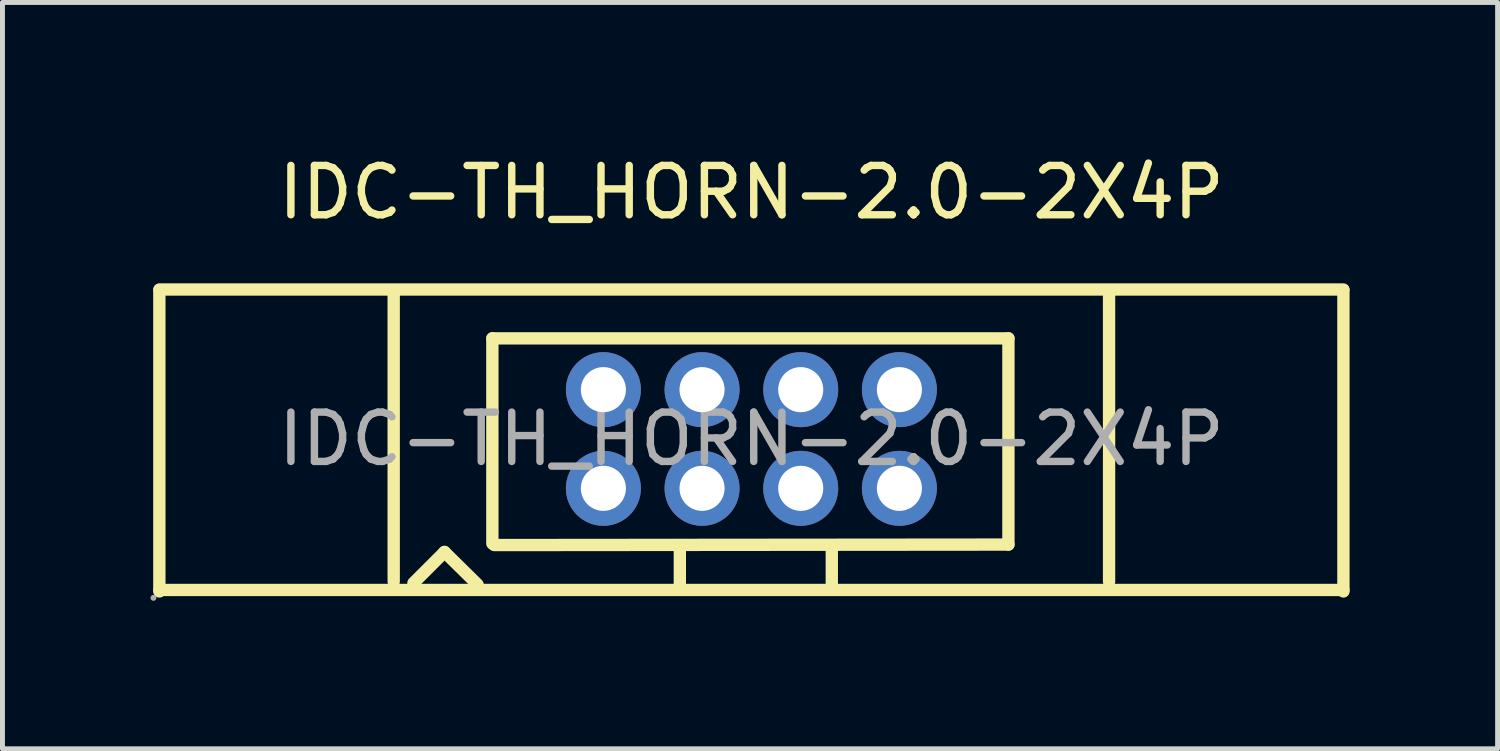
<source format=kicad_pcb>
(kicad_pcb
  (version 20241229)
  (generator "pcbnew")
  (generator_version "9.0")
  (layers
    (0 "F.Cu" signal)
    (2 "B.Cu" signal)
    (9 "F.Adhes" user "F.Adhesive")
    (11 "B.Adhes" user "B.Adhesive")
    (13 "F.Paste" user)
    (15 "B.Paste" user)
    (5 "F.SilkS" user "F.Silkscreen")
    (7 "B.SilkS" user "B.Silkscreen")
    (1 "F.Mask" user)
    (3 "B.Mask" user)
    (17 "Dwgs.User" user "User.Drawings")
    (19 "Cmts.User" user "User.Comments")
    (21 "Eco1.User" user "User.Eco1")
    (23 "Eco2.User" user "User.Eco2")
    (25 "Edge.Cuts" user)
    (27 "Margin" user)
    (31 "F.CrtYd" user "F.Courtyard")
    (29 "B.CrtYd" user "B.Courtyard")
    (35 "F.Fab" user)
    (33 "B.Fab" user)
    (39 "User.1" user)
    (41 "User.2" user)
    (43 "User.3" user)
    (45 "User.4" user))
  (footprint "IDC-TH_HORN-2.0-2X4P"
    (layer "F.Cu")
    (at 12.18 5.848)
    (property "Reference" "IDC-TH_HORN-2.0-2X4P" (at 0 -5 0) (layer "F.SilkS") (effects (font (size 1 1) (thickness 0.15))))
    (attr through_hole)
    (fp_line (start -12 -3.03) (end 12 -3.03) (stroke (width 0.25) (type solid)) (layer "F.SilkS"))
    (fp_line (start -12 -3.01) (end -12 3.09) (stroke (width 0.25) (type solid)) (layer "F.SilkS"))
    (fp_line (start -12 3.06) (end 12 3.06) (stroke (width 0.25) (type solid)) (layer "F.SilkS"))
    (fp_line (start -7.25 -3.01) (end -7.25 2.89) (stroke (width 0.25) (type solid)) (layer "F.SilkS"))
    (fp_line (start -6.85 2.92) (end -6.22 2.29) (stroke (width 0.25) (type solid)) (layer "F.SilkS"))
    (fp_line (start -6.22 2.29) (end -5.55 2.95) (stroke (width 0.25) (type solid)) (layer "F.SilkS"))
    (fp_line (start -5.25 -2.04) (end -5.25 2.12) (stroke (width 0.25) (type solid)) (layer "F.SilkS"))
    (fp_line (start -5.21 2.15) (end 5.21 2.14) (stroke (width 0.25) (type solid)) (layer "F.SilkS"))
    (fp_line (start -1.45 2.15) (end -1.45 3.04) (stroke (width 0.25) (type solid)) (layer "F.SilkS"))
    (fp_line (start 1.63 2.15) (end 1.63 3.04) (stroke (width 0.25) (type solid)) (layer "F.SilkS"))
    (fp_line (start 5.21 -2.04) (end -5.25 -2.04) (stroke (width 0.25) (type solid)) (layer "F.SilkS"))
    (fp_line (start 5.21 2.14) (end 5.21 -2.04) (stroke (width 0.25) (type solid)) (layer "F.SilkS"))
    (fp_line (start 7.25 2.89) (end 7.25 -3.01) (stroke (width 0.25) (type solid)) (layer "F.SilkS"))
    (fp_line (start 12 3.09) (end 12 -3.01) (stroke (width 0.25) (type solid)) (layer "F.SilkS"))
    (fp_circle (center -12.12 3.22) (end -12.09 3.22) (stroke (width 0.06) (type solid)) (fill no) (layer "F.Fab"))
    (fp_circle (center -3 -1) (end -2.82 -1) (stroke (width 0.36) (type solid)) (fill no) (layer "F.Fab"))
    (fp_circle (center -3 1) (end -2.82 1) (stroke (width 0.36) (type solid)) (fill no) (layer "F.Fab"))
    (fp_circle (center -1 -1) (end -0.82 -1) (stroke (width 0.36) (type solid)) (fill no) (layer "F.Fab"))
    (fp_circle (center -1 1) (end -0.82 1) (stroke (width 0.36) (type solid)) (fill no) (layer "F.Fab"))
    (fp_circle (center 1 -1) (end 1.18 -1) (stroke (width 0.36) (type solid)) (fill no) (layer "F.Fab"))
    (fp_circle (center 1 1) (end 1.18 1) (stroke (width 0.36) (type solid)) (fill no) (layer "F.Fab"))
    (fp_circle (center 3 -1) (end 3.18 -1) (stroke (width 0.36) (type solid)) (fill no) (layer "F.Fab"))
    (fp_circle (center 3 1) (end 3.18 1) (stroke (width 0.36) (type solid)) (fill no) (layer "F.Fab"))
    (fp_text user "${REFERENCE}" (at 0 0 0) (layer "F.Fab") (effects (font (size 1 1) (thickness 0.15))))
    (pad "1" thru_hole circle (at -3 1) (size 1.52 1.52) (drill 0.914) (layers "*.Cu" "*.Paste" "*.Mask"))
    (pad "2" thru_hole circle (at -3 -1) (size 1.52 1.52) (drill 0.914) (layers "*.Cu" "*.Paste" "*.Mask"))
    (pad "3" thru_hole circle (at -1 1) (size 1.52 1.52) (drill 0.914) (layers "*.Cu" "*.Paste" "*.Mask"))
    (pad "4" thru_hole circle (at -1 -1) (size 1.52 1.52) (drill 0.914) (layers "*.Cu" "*.Paste" "*.Mask"))
    (pad "5" thru_hole circle (at 1 1) (size 1.52 1.52) (drill 0.914) (layers "*.Cu" "*.Paste" "*.Mask"))
    (pad "6" thru_hole circle (at 1 -1) (size 1.52 1.52) (drill 0.914) (layers "*.Cu" "*.Paste" "*.Mask"))
    (pad "7" thru_hole circle (at 3 1) (size 1.52 1.52) (drill 0.914) (layers "*.Cu" "*.Paste" "*.Mask"))
    (pad "8" thru_hole circle (at 3 -1) (size 1.52 1.52) (drill 0.914) (layers "*.Cu" "*.Paste" "*.Mask")))
  (gr_rect
    (start -3 -3)
    (end 27.305 12.128)
    (stroke (width 0.1) (type default))
    (fill no)
    (layer "Edge.Cuts")))
</source>
